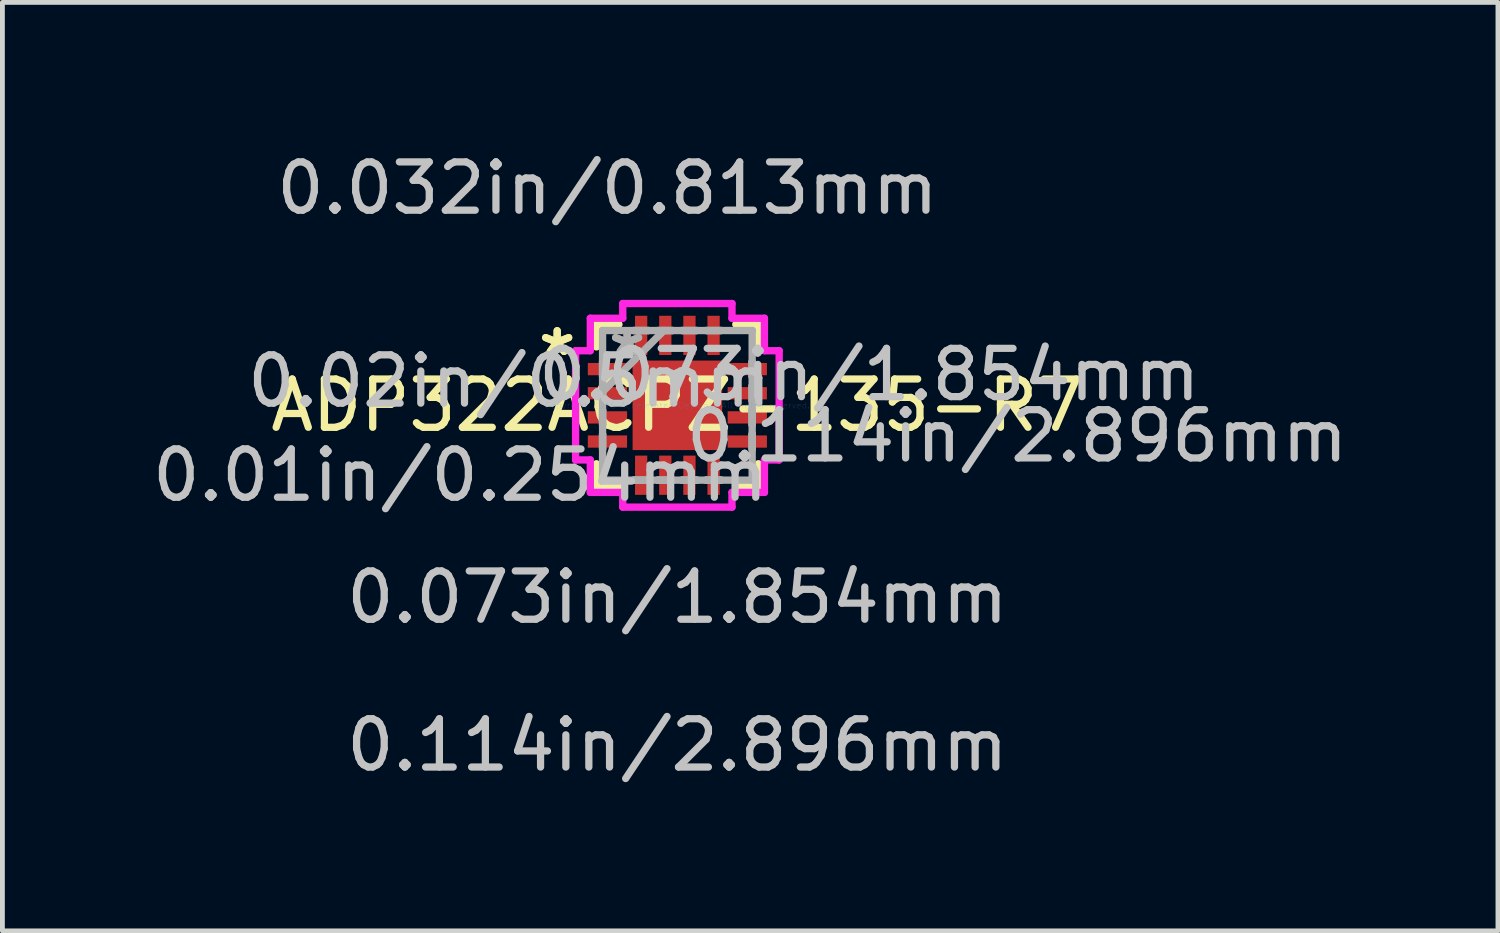
<source format=kicad_pcb>
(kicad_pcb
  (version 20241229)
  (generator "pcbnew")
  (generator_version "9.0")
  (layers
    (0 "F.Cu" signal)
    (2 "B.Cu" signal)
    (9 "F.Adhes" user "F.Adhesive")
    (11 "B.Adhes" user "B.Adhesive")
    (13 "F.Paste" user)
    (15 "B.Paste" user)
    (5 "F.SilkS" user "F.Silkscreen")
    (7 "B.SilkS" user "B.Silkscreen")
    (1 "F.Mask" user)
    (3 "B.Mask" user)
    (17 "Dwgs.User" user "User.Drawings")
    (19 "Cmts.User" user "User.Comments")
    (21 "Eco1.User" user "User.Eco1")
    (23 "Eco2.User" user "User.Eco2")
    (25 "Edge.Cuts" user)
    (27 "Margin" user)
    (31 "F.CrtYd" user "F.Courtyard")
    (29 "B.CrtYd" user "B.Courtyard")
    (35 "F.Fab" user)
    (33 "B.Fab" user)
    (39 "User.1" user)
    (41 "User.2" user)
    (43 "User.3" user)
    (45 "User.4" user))
  (footprint "ADP322ACPZ-135-R7"
    (layer "F.Cu")
    (at 10.978 5.344)
    (property "Reference" "ADP322ACPZ-135-R7" (at 0 0 0) (layer "F.SilkS") (effects (font (size 1 1) (thickness 0.15))))
    (attr through_hole)
    (fp_line (start -1.676 -1.676) (end -1.676 -1.21) (stroke (width 0.152) (type solid)) (layer "F.SilkS"))
    (fp_line (start -1.676 1.21) (end -1.676 1.676) (stroke (width 0.152) (type solid)) (layer "F.SilkS"))
    (fp_line (start -1.676 1.676) (end -1.21 1.676) (stroke (width 0.152) (type solid)) (layer "F.SilkS"))
    (fp_line (start -1.21 -1.676) (end -1.676 -1.676) (stroke (width 0.152) (type solid)) (layer "F.SilkS"))
    (fp_line (start 1.21 1.676) (end 1.676 1.676) (stroke (width 0.152) (type solid)) (layer "F.SilkS"))
    (fp_line (start 1.676 -1.676) (end 1.21 -1.676) (stroke (width 0.152) (type solid)) (layer "F.SilkS"))
    (fp_line (start 1.676 -1.21) (end 1.676 -1.676) (stroke (width 0.152) (type solid)) (layer "F.SilkS"))
    (fp_line (start 1.676 1.676) (end 1.676 1.21) (stroke (width 0.152) (type solid)) (layer "F.SilkS"))
    (fp_line (start -2.108 -1.131) (end -1.803 -1.131) (stroke (width 0.152) (type solid)) (layer "F.CrtYd"))
    (fp_line (start -2.108 1.131) (end -2.108 -1.131) (stroke (width 0.152) (type solid)) (layer "F.CrtYd"))
    (fp_line (start -1.803 -1.803) (end -1.131 -1.803) (stroke (width 0.152) (type solid)) (layer "F.CrtYd"))
    (fp_line (start -1.803 -1.131) (end -1.803 -1.803) (stroke (width 0.152) (type solid)) (layer "F.CrtYd"))
    (fp_line (start -1.803 1.131) (end -2.108 1.131) (stroke (width 0.152) (type solid)) (layer "F.CrtYd"))
    (fp_line (start -1.803 1.803) (end -1.803 1.131) (stroke (width 0.152) (type solid)) (layer "F.CrtYd"))
    (fp_line (start -1.131 -2.108) (end 1.131 -2.108) (stroke (width 0.152) (type solid)) (layer "F.CrtYd"))
    (fp_line (start -1.131 -1.803) (end -1.131 -2.108) (stroke (width 0.152) (type solid)) (layer "F.CrtYd"))
    (fp_line (start -1.131 1.803) (end -1.803 1.803) (stroke (width 0.152) (type solid)) (layer "F.CrtYd"))
    (fp_line (start -1.131 2.108) (end -1.131 1.803) (stroke (width 0.152) (type solid)) (layer "F.CrtYd"))
    (fp_line (start 1.131 -2.108) (end 1.131 -1.803) (stroke (width 0.152) (type solid)) (layer "F.CrtYd"))
    (fp_line (start 1.131 -1.803) (end 1.803 -1.803) (stroke (width 0.152) (type solid)) (layer "F.CrtYd"))
    (fp_line (start 1.131 1.803) (end 1.131 2.108) (stroke (width 0.152) (type solid)) (layer "F.CrtYd"))
    (fp_line (start 1.131 2.108) (end -1.131 2.108) (stroke (width 0.152) (type solid)) (layer "F.CrtYd"))
    (fp_line (start 1.803 -1.803) (end 1.803 -1.131) (stroke (width 0.152) (type solid)) (layer "F.CrtYd"))
    (fp_line (start 1.803 -1.131) (end 2.108 -1.131) (stroke (width 0.152) (type solid)) (layer "F.CrtYd"))
    (fp_line (start 1.803 1.131) (end 1.803 1.803) (stroke (width 0.152) (type solid)) (layer "F.CrtYd"))
    (fp_line (start 1.803 1.803) (end 1.131 1.803) (stroke (width 0.152) (type solid)) (layer "F.CrtYd"))
    (fp_line (start 2.108 -1.131) (end 2.108 1.131) (stroke (width 0.152) (type solid)) (layer "F.CrtYd"))
    (fp_line (start 2.108 1.131) (end 1.803 1.131) (stroke (width 0.152) (type solid)) (layer "F.CrtYd"))
    (fp_line (start -1.549 -1.549) (end -1.549 -1.549) (stroke (width 0.152) (type solid)) (layer "F.Fab"))
    (fp_line (start -1.549 -1.549) (end -1.549 1.549) (stroke (width 0.152) (type solid)) (layer "F.Fab"))
    (fp_line (start -1.549 -0.902) (end -1.549 -0.902) (stroke (width 0.152) (type solid)) (layer "F.Fab"))
    (fp_line (start -1.549 -0.902) (end -1.549 -0.598) (stroke (width 0.152) (type solid)) (layer "F.Fab"))
    (fp_line (start -1.549 -0.598) (end -1.549 -0.902) (stroke (width 0.152) (type solid)) (layer "F.Fab"))
    (fp_line (start -1.549 -0.598) (end -1.549 -0.598) (stroke (width 0.152) (type solid)) (layer "F.Fab"))
    (fp_line (start -1.549 -0.402) (end -1.549 -0.402) (stroke (width 0.152) (type solid)) (layer "F.Fab"))
    (fp_line (start -1.549 -0.402) (end -1.549 -0.098) (stroke (width 0.152) (type solid)) (layer "F.Fab"))
    (fp_line (start -1.549 -0.279) (end -0.279 -1.549) (stroke (width 0.152) (type solid)) (layer "F.Fab"))
    (fp_line (start -1.549 -0.098) (end -1.549 -0.402) (stroke (width 0.152) (type solid)) (layer "F.Fab"))
    (fp_line (start -1.549 -0.098) (end -1.549 -0.098) (stroke (width 0.152) (type solid)) (layer "F.Fab"))
    (fp_line (start -1.549 0.098) (end -1.549 0.098) (stroke (width 0.152) (type solid)) (layer "F.Fab"))
    (fp_line (start -1.549 0.098) (end -1.549 0.402) (stroke (width 0.152) (type solid)) (layer "F.Fab"))
    (fp_line (start -1.549 0.402) (end -1.549 0.098) (stroke (width 0.152) (type solid)) (layer "F.Fab"))
    (fp_line (start -1.549 0.402) (end -1.549 0.402) (stroke (width 0.152) (type solid)) (layer "F.Fab"))
    (fp_line (start -1.549 0.598) (end -1.549 0.598) (stroke (width 0.152) (type solid)) (layer "F.Fab"))
    (fp_line (start -1.549 0.598) (end -1.549 0.902) (stroke (width 0.152) (type solid)) (layer "F.Fab"))
    (fp_line (start -1.549 0.902) (end -1.549 0.598) (stroke (width 0.152) (type solid)) (layer "F.Fab"))
    (fp_line (start -1.549 0.902) (end -1.549 0.902) (stroke (width 0.152) (type solid)) (layer "F.Fab"))
    (fp_line (start -1.549 1.549) (end -1.549 1.549) (stroke (width 0.152) (type solid)) (layer "F.Fab"))
    (fp_line (start -1.549 1.549) (end 1.549 1.549) (stroke (width 0.152) (type solid)) (layer "F.Fab"))
    (fp_line (start -0.902 -1.549) (end -0.902 -1.549) (stroke (width 0.152) (type solid)) (layer "F.Fab"))
    (fp_line (start -0.902 -1.549) (end -0.598 -1.549) (stroke (width 0.152) (type solid)) (layer "F.Fab"))
    (fp_line (start -0.902 1.549) (end -0.902 1.549) (stroke (width 0.152) (type solid)) (layer "F.Fab"))
    (fp_line (start -0.902 1.549) (end -0.598 1.549) (stroke (width 0.152) (type solid)) (layer "F.Fab"))
    (fp_line (start -0.598 -1.549) (end -0.902 -1.549) (stroke (width 0.152) (type solid)) (layer "F.Fab"))
    (fp_line (start -0.598 -1.549) (end -0.598 -1.549) (stroke (width 0.152) (type solid)) (layer "F.Fab"))
    (fp_line (start -0.598 1.549) (end -0.902 1.549) (stroke (width 0.152) (type solid)) (layer "F.Fab"))
    (fp_line (start -0.598 1.549) (end -0.598 1.549) (stroke (width 0.152) (type solid)) (layer "F.Fab"))
    (fp_line (start -0.402 -1.549) (end -0.402 -1.549) (stroke (width 0.152) (type solid)) (layer "F.Fab"))
    (fp_line (start -0.402 -1.549) (end -0.098 -1.549) (stroke (width 0.152) (type solid)) (layer "F.Fab"))
    (fp_line (start -0.402 1.549) (end -0.402 1.549) (stroke (width 0.152) (type solid)) (layer "F.Fab"))
    (fp_line (start -0.402 1.549) (end -0.098 1.549) (stroke (width 0.152) (type solid)) (layer "F.Fab"))
    (fp_line (start -0.098 -1.549) (end -0.402 -1.549) (stroke (width 0.152) (type solid)) (layer "F.Fab"))
    (fp_line (start -0.098 -1.549) (end -0.098 -1.549) (stroke (width 0.152) (type solid)) (layer "F.Fab"))
    (fp_line (start -0.098 1.549) (end -0.402 1.549) (stroke (width 0.152) (type solid)) (layer "F.Fab"))
    (fp_line (start -0.098 1.549) (end -0.098 1.549) (stroke (width 0.152) (type solid)) (layer "F.Fab"))
    (fp_line (start 0.098 -1.549) (end 0.098 -1.549) (stroke (width 0.152) (type solid)) (layer "F.Fab"))
    (fp_line (start 0.098 -1.549) (end 0.402 -1.549) (stroke (width 0.152) (type solid)) (layer "F.Fab"))
    (fp_line (start 0.098 1.549) (end 0.098 1.549) (stroke (width 0.152) (type solid)) (layer "F.Fab"))
    (fp_line (start 0.098 1.549) (end 0.402 1.549) (stroke (width 0.152) (type solid)) (layer "F.Fab"))
    (fp_line (start 0.402 -1.549) (end 0.098 -1.549) (stroke (width 0.152) (type solid)) (layer "F.Fab"))
    (fp_line (start 0.402 -1.549) (end 0.402 -1.549) (stroke (width 0.152) (type solid)) (layer "F.Fab"))
    (fp_line (start 0.402 1.549) (end 0.098 1.549) (stroke (width 0.152) (type solid)) (layer "F.Fab"))
    (fp_line (start 0.402 1.549) (end 0.402 1.549) (stroke (width 0.152) (type solid)) (layer "F.Fab"))
    (fp_line (start 0.598 -1.549) (end 0.598 -1.549) (stroke (width 0.152) (type solid)) (layer "F.Fab"))
    (fp_line (start 0.598 -1.549) (end 0.902 -1.549) (stroke (width 0.152) (type solid)) (layer "F.Fab"))
    (fp_line (start 0.598 1.549) (end 0.598 1.549) (stroke (width 0.152) (type solid)) (layer "F.Fab"))
    (fp_line (start 0.598 1.549) (end 0.902 1.549) (stroke (width 0.152) (type solid)) (layer "F.Fab"))
    (fp_line (start 0.902 -1.549) (end 0.598 -1.549) (stroke (width 0.152) (type solid)) (layer "F.Fab"))
    (fp_line (start 0.902 -1.549) (end 0.902 -1.549) (stroke (width 0.152) (type solid)) (layer "F.Fab"))
    (fp_line (start 0.902 1.549) (end 0.598 1.549) (stroke (width 0.152) (type solid)) (layer "F.Fab"))
    (fp_line (start 0.902 1.549) (end 0.902 1.549) (stroke (width 0.152) (type solid)) (layer "F.Fab"))
    (fp_line (start 1.549 -1.549) (end -1.549 -1.549) (stroke (width 0.152) (type solid)) (layer "F.Fab"))
    (fp_line (start 1.549 -1.549) (end 1.549 -1.549) (stroke (width 0.152) (type solid)) (layer "F.Fab"))
    (fp_line (start 1.549 -0.902) (end 1.549 -0.902) (stroke (width 0.152) (type solid)) (layer "F.Fab"))
    (fp_line (start 1.549 -0.902) (end 1.549 -0.598) (stroke (width 0.152) (type solid)) (layer "F.Fab"))
    (fp_line (start 1.549 -0.598) (end 1.549 -0.902) (stroke (width 0.152) (type solid)) (layer "F.Fab"))
    (fp_line (start 1.549 -0.598) (end 1.549 -0.598) (stroke (width 0.152) (type solid)) (layer "F.Fab"))
    (fp_line (start 1.549 -0.402) (end 1.549 -0.402) (stroke (width 0.152) (type solid)) (layer "F.Fab"))
    (fp_line (start 1.549 -0.402) (end 1.549 -0.098) (stroke (width 0.152) (type solid)) (layer "F.Fab"))
    (fp_line (start 1.549 -0.098) (end 1.549 -0.402) (stroke (width 0.152) (type solid)) (layer "F.Fab"))
    (fp_line (start 1.549 -0.098) (end 1.549 -0.098) (stroke (width 0.152) (type solid)) (layer "F.Fab"))
    (fp_line (start 1.549 0.098) (end 1.549 0.098) (stroke (width 0.152) (type solid)) (layer "F.Fab"))
    (fp_line (start 1.549 0.098) (end 1.549 0.402) (stroke (width 0.152) (type solid)) (layer "F.Fab"))
    (fp_line (start 1.549 0.402) (end 1.549 0.098) (stroke (width 0.152) (type solid)) (layer "F.Fab"))
    (fp_line (start 1.549 0.402) (end 1.549 0.402) (stroke (width 0.152) (type solid)) (layer "F.Fab"))
    (fp_line (start 1.549 0.598) (end 1.549 0.598) (stroke (width 0.152) (type solid)) (layer "F.Fab"))
    (fp_line (start 1.549 0.598) (end 1.549 0.902) (stroke (width 0.152) (type solid)) (layer "F.Fab"))
    (fp_line (start 1.549 0.902) (end 1.549 0.598) (stroke (width 0.152) (type solid)) (layer "F.Fab"))
    (fp_line (start 1.549 0.902) (end 1.549 0.902) (stroke (width 0.152) (type solid)) (layer "F.Fab"))
    (fp_line (start 1.549 1.549) (end 1.549 -1.549) (stroke (width 0.152) (type solid)) (layer "F.Fab"))
    (fp_line (start 1.549 1.549) (end 1.549 1.549) (stroke (width 0.152) (type solid)) (layer "F.Fab"))
    (fp_text user "*" (at -2.489 -1 0) (layer "F.SilkS") (effects (font (size 1 1) (thickness 0.15))))
    (fp_text user "*" (at -2.489 -1 0) (layer "F.SilkS") (effects (font (size 1 1) (thickness 0.15))))
    (fp_text user "0.01in/0.254mm" (at -4.496 1.448 0) (layer "Dwgs.User") (effects (font (size 1 1) (thickness 0.15))))
    (fp_text user "0.032in/0.813mm" (at -1.448 -4.496 0) (layer "Dwgs.User") (effects (font (size 1 1) (thickness 0.15))))
    (fp_text user "0.114in/2.896mm" (at 7.036 0.635 0) (layer "Dwgs.User") (effects (font (size 1 1) (thickness 0.15))))
    (fp_text user "0.02in/0.5mm" (at -3.48 -0.5 0) (layer "Dwgs.User") (effects (font (size 1 1) (thickness 0.15))))
    (fp_text user "0.073in/1.854mm" (at 0 3.975 0) (layer "Dwgs.User") (effects (font (size 1 1) (thickness 0.15))))
    (fp_text user "0.114in/2.896mm" (at 0 7.036 0) (layer "Dwgs.User") (effects (font (size 1 1) (thickness 0.15))))
    (fp_text user "0.073in/1.854mm" (at 3.975 -0.635 0) (layer "Dwgs.User") (effects (font (size 1 1) (thickness 0.15))))
    (fp_text user "Copyright 2016 Accelerated Designs. All rights reserved." (at 0 0 0) (layer "Cmts.User") (effects (font (size 0.127 0.127) (thickness 0.002))))
    (fp_text user "*" (at -1.041 -1 0) (layer "F.Fab") (effects (font (size 1 1) (thickness 0.15))))
    (fp_text user "*" (at -1.041 -1 0) (layer "F.Fab") (effects (font (size 1 1) (thickness 0.15))))
    (pad "1" smd rect (at -1.448 -0.75 90) (size 0.254 0.813) (layers "F.Cu" "F.Mask" "F.Paste"))
    (pad "2" smd rect (at -1.448 -0.25 90) (size 0.254 0.813) (layers "F.Cu" "F.Mask" "F.Paste"))
    (pad "3" smd rect (at -1.448 0.25 90) (size 0.254 0.813) (layers "F.Cu" "F.Mask" "F.Paste"))
    (pad "4" smd rect (at -1.448 0.75 90) (size 0.254 0.813) (layers "F.Cu" "F.Mask" "F.Paste"))
    (pad "5" smd rect (at -0.75 1.448) (size 0.254 0.813) (layers "F.Cu" "F.Mask" "F.Paste"))
    (pad "6" smd rect (at -0.25 1.448) (size 0.254 0.813) (layers "F.Cu" "F.Mask" "F.Paste"))
    (pad "7" smd rect (at 0.25 1.448) (size 0.254 0.813) (layers "F.Cu" "F.Mask" "F.Paste"))
    (pad "8" smd rect (at 0.75 1.448) (size 0.254 0.813) (layers "F.Cu" "F.Mask" "F.Paste"))
    (pad "9" smd rect (at 1.448 0.75 90) (size 0.254 0.813) (layers "F.Cu" "F.Mask" "F.Paste"))
    (pad "10" smd rect (at 1.448 0.25 90) (size 0.254 0.813) (layers "F.Cu" "F.Mask" "F.Paste"))
    (pad "11" smd rect (at 1.448 -0.25 90) (size 0.254 0.813) (layers "F.Cu" "F.Mask" "F.Paste"))
    (pad "12" smd rect (at 1.448 -0.75 90) (size 0.254 0.813) (layers "F.Cu" "F.Mask" "F.Paste"))
    (pad "13" smd rect (at 0.75 -1.448) (size 0.254 0.813) (layers "F.Cu" "F.Mask" "F.Paste"))
    (pad "14" smd rect (at 0.25 -1.448) (size 0.254 0.813) (layers "F.Cu" "F.Mask" "F.Paste"))
    (pad "15" smd rect (at -0.25 -1.448) (size 0.254 0.813) (layers "F.Cu" "F.Mask" "F.Paste"))
    (pad "16" smd rect (at -0.75 -1.448) (size 0.254 0.813) (layers "F.Cu" "F.Mask" "F.Paste"))
    (pad "17" smd rect (at 0 0) (size 1.854 1.854) (layers "F.Cu" "F.Mask" "F.Paste")))
  (gr_rect
    (start -3 -3)
    (end 27.972 16.228)
    (stroke (width 0.1) (type default))
    (fill no)
    (layer "Edge.Cuts")))
</source>
